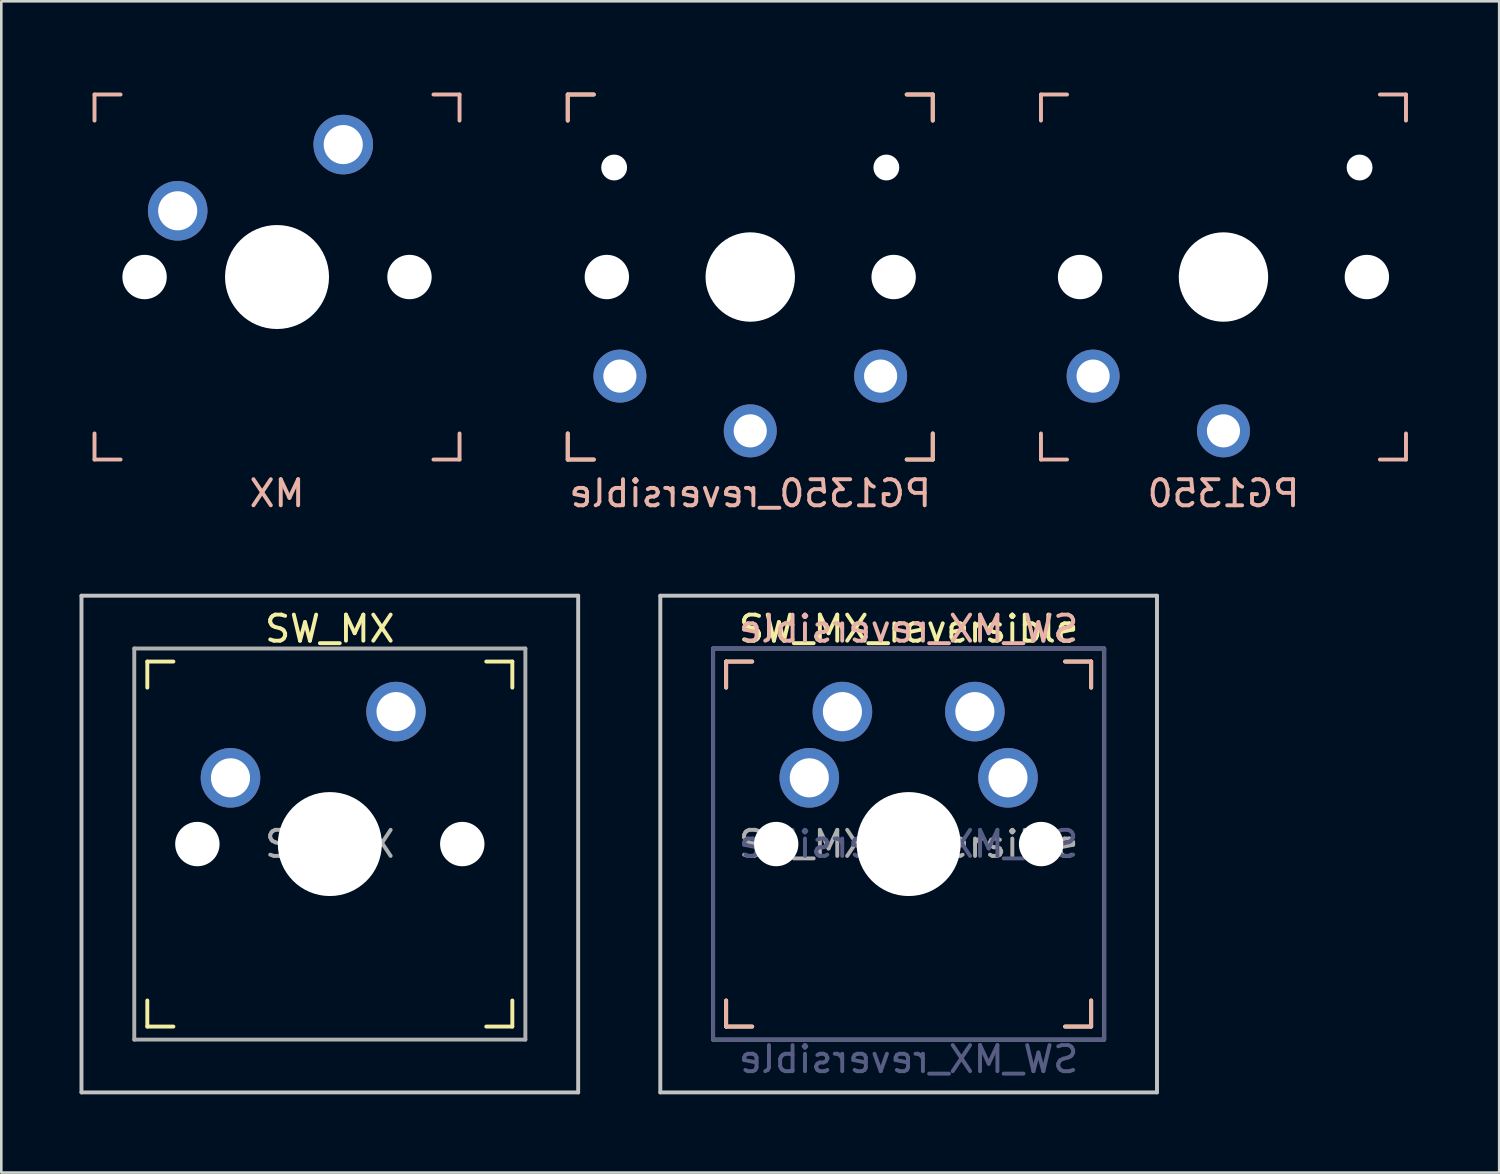
<source format=kicad_pcb>
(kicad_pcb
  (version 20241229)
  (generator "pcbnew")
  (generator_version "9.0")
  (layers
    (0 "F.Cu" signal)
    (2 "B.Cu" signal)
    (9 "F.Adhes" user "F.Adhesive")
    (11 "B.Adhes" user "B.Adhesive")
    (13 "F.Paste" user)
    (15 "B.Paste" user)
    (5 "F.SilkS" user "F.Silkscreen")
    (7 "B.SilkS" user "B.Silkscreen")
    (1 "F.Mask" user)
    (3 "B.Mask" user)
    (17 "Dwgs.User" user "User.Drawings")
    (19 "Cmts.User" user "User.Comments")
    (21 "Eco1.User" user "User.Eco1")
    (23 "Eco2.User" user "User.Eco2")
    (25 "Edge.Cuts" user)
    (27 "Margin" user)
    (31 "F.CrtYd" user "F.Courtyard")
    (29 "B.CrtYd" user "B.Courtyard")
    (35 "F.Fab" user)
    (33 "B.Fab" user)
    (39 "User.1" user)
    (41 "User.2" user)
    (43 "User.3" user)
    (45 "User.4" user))
  (footprint "PG1350"
    (layer "F.Cu")
    (at 43.875 7.575)
    (property "Reference" "PG1350" (at 0 8.3 0) (layer "B.SilkS") (effects (font (size 1 1) (thickness 0.15)) (justify mirror)))
    (attr through_hole)
    (fp_line (start -7 -7) (end -6 -7) (stroke (width 0.15) (type solid)) (layer "B.SilkS"))
    (fp_line (start -7 -6) (end -7 -7) (stroke (width 0.15) (type solid)) (layer "B.SilkS"))
    (fp_line (start -7 7) (end -7 6) (stroke (width 0.15) (type solid)) (layer "B.SilkS"))
    (fp_line (start -6 7) (end -7 7) (stroke (width 0.15) (type solid)) (layer "B.SilkS"))
    (fp_line (start 6 -7) (end 7 -7) (stroke (width 0.15) (type solid)) (layer "B.SilkS"))
    (fp_line (start 7 -7) (end 7 -6) (stroke (width 0.15) (type solid)) (layer "B.SilkS"))
    (fp_line (start 7 6) (end 7 7) (stroke (width 0.15) (type solid)) (layer "B.SilkS"))
    (fp_line (start 7 7) (end 6 7) (stroke (width 0.15) (type solid)) (layer "B.SilkS"))
    (fp_line (start -7.5 -7.5) (end 7.5 -7.5) (stroke (width 0.15) (type solid)) (layer "Eco2.User"))
    (fp_line (start -7.5 7.5) (end -7.5 -7.5) (stroke (width 0.15) (type solid)) (layer "Eco2.User"))
    (fp_line (start -6.9 6.9) (end -6.9 -6.9) (stroke (width 0.15) (type solid)) (layer "Eco2.User"))
    (fp_line (start -6.9 6.9) (end 6.9 6.9) (stroke (width 0.15) (type solid)) (layer "Eco2.User"))
    (fp_line (start -2.6 -3.1) (end -2.6 -6.3) (stroke (width 0.15) (type solid)) (layer "Eco2.User"))
    (fp_line (start -2.6 -3.1) (end 2.6 -3.1) (stroke (width 0.15) (type solid)) (layer "Eco2.User"))
    (fp_line (start 2.6 -6.3) (end -2.6 -6.3) (stroke (width 0.15) (type solid)) (layer "Eco2.User"))
    (fp_line (start 2.6 -3.1) (end 2.6 -6.3) (stroke (width 0.15) (type solid)) (layer "Eco2.User"))
    (fp_line (start 6.9 -6.9) (end -6.9 -6.9) (stroke (width 0.15) (type solid)) (layer "Eco2.User"))
    (fp_line (start 6.9 -6.9) (end 6.9 6.9) (stroke (width 0.15) (type solid)) (layer "Eco2.User"))
    (fp_line (start 7.5 -7.5) (end 7.5 7.5) (stroke (width 0.15) (type solid)) (layer "Eco2.User"))
    (fp_line (start 7.5 7.5) (end -7.5 7.5) (stroke (width 0.15) (type solid)) (layer "Eco2.User"))
    (pad "" np_thru_hole circle (at -5.5 0) (size 1.702 1.702) (drill 1.702) (layers "*.Cu" "*.Mask"))
    (pad "" np_thru_hole circle (at 0 0) (size 3.429 3.429) (drill 3.429) (layers "*.Cu" "*.Mask"))
    (pad "" np_thru_hole circle (at 5.22 -4.2) (size 0.991 0.991) (drill 0.991) (layers "*.Cu" "*.Mask"))
    (pad "" np_thru_hole circle (at 5.5 0) (size 1.702 1.702) (drill 1.702) (layers "*.Cu" "*.Mask"))
    (pad "1" thru_hole circle (at 0 5.9) (size 2.032 2.032) (drill 1.27) (layers "*.Cu" "*.Mask"))
    (pad "2" thru_hole circle (at -5 3.8) (size 2.032 2.032) (drill 1.27) (layers "*.Cu" "*.Mask")))
  (footprint "SW_MX_reversible"
    (layer "F.Cu")
    (at 31.8 29.323)
    (property "Reference" "SW_MX_reversible" (at 0 -8.255 0) (layer "F.SilkS") (effects (font (size 1 1) (thickness 0.15))))
    (property "Value" "SW_MX_reversible" (at 0 8.255 0) (layer "F.Fab") (hide yes) (effects (font (size 1 1) (thickness 0.15))))
    (attr through_hole)
    (fp_line (start -7 -7) (end -6 -7) (stroke (width 0.15) (type solid)) (layer "F.SilkS"))
    (fp_line (start -7 -6) (end -7 -7) (stroke (width 0.15) (type solid)) (layer "F.SilkS"))
    (fp_line (start -7 7) (end -7 6) (stroke (width 0.15) (type solid)) (layer "F.SilkS"))
    (fp_line (start -6 7) (end -7 7) (stroke (width 0.15) (type solid)) (layer "F.SilkS"))
    (fp_line (start 6 -7) (end 7 -7) (stroke (width 0.15) (type solid)) (layer "F.SilkS"))
    (fp_line (start 7 -7) (end 7 -6) (stroke (width 0.15) (type solid)) (layer "F.SilkS"))
    (fp_line (start 7 6) (end 7 7) (stroke (width 0.15) (type solid)) (layer "F.SilkS"))
    (fp_line (start 7 7) (end 6 7) (stroke (width 0.15) (type solid)) (layer "F.SilkS"))
    (fp_line (start -7 -7) (end -6 -7) (stroke (width 0.15) (type solid)) (layer "B.SilkS"))
    (fp_line (start -7 -6) (end -7 -7) (stroke (width 0.15) (type solid)) (layer "B.SilkS"))
    (fp_line (start -7 7) (end -7 6) (stroke (width 0.15) (type solid)) (layer "B.SilkS"))
    (fp_line (start -6 7) (end -7 7) (stroke (width 0.15) (type solid)) (layer "B.SilkS"))
    (fp_line (start 6 -7) (end 7 -7) (stroke (width 0.15) (type solid)) (layer "B.SilkS"))
    (fp_line (start 7 -7) (end 7 -6) (stroke (width 0.15) (type solid)) (layer "B.SilkS"))
    (fp_line (start 7 6) (end 7 7) (stroke (width 0.15) (type solid)) (layer "B.SilkS"))
    (fp_line (start 7 7) (end 6 7) (stroke (width 0.15) (type solid)) (layer "B.SilkS"))
    (fp_line (start -9.525 -9.525) (end 9.525 -9.525) (stroke (width 0.15) (type solid)) (layer "Dwgs.User"))
    (fp_line (start -9.525 9.525) (end -9.525 -9.525) (stroke (width 0.15) (type solid)) (layer "Dwgs.User"))
    (fp_line (start 9.525 -9.525) (end 9.525 9.525) (stroke (width 0.15) (type solid)) (layer "Dwgs.User"))
    (fp_line (start 9.525 9.525) (end -9.525 9.525) (stroke (width 0.15) (type solid)) (layer "Dwgs.User"))
    (fp_line (start -6.9 6.9) (end -6.9 -6.9) (stroke (width 0.15) (type solid)) (layer "Eco2.User"))
    (fp_line (start -6.9 6.9) (end 6.9 6.9) (stroke (width 0.15) (type solid)) (layer "Eco2.User"))
    (fp_line (start 6.9 -6.9) (end -6.9 -6.9) (stroke (width 0.15) (type solid)) (layer "Eco2.User"))
    (fp_line (start 6.9 -6.9) (end 6.9 6.9) (stroke (width 0.15) (type solid)) (layer "Eco2.User"))
    (fp_line (start -7.5 -7.5) (end 7.5 -7.5) (stroke (width 0.15) (type solid)) (layer "B.Fab"))
    (fp_line (start -7.5 7.5) (end -7.5 -7.5) (stroke (width 0.15) (type solid)) (layer "B.Fab"))
    (fp_line (start 7.5 -7.5) (end 7.5 7.5) (stroke (width 0.15) (type solid)) (layer "B.Fab"))
    (fp_line (start 7.5 7.5) (end -7.5 7.5) (stroke (width 0.15) (type solid)) (layer "B.Fab"))
    (fp_line (start -7.5 -7.5) (end 7.5 -7.5) (stroke (width 0.15) (type solid)) (layer "F.Fab"))
    (fp_line (start -7.5 7.5) (end -7.5 -7.5) (stroke (width 0.15) (type solid)) (layer "F.Fab"))
    (fp_line (start 7.5 -7.5) (end 7.5 7.5) (stroke (width 0.15) (type solid)) (layer "F.Fab"))
    (fp_line (start 7.5 7.5) (end -7.5 7.5) (stroke (width 0.15) (type solid)) (layer "F.Fab"))
    (fp_text user "${REFERENCE}" (at 0 -8.255 0) (layer "B.SilkS") (effects (font (size 1 1) (thickness 0.15)) (justify mirror)))
    (fp_text user "${VALUE}" (at 0 8.255 0) (layer "B.Fab") (effects (font (size 1 1) (thickness 0.15)) (justify mirror)))
    (fp_text user "${REFERENCE}" (at 0 0 0) (layer "B.Fab") (effects (font (size 1 1) (thickness 0.15)) (justify mirror)))
    (fp_text user "${REFERENCE}" (at 0 0 0) (layer "F.Fab") (effects (font (size 1 1) (thickness 0.15))))
    (pad "" np_thru_hole circle (at -5.08 0) (size 1.702 1.702) (drill 1.702) (layers "*.Cu" "*.Mask"))
    (pad "" np_thru_hole circle (at 0 0) (size 3.988 3.988) (drill 3.988) (layers "*.Cu" "*.Mask"))
    (pad "" np_thru_hole circle (at 5.08 0) (size 1.702 1.702) (drill 1.702) (layers "*.Cu" "*.Mask"))
    (pad "1" thru_hole circle (at -3.81 -2.54) (size 2.286 2.286) (drill 1.499) (layers "*.Cu" "*.Mask"))
    (pad "1" thru_hole circle (at -2.54 -5.08) (size 2.286 2.286) (drill 1.499) (layers "*.Cu" "*.Mask"))
    (pad "2" thru_hole circle (at 2.54 -5.08) (size 2.286 2.286) (drill 1.499) (layers "*.Cu" "*.Mask"))
    (pad "2" thru_hole circle (at 3.81 -2.54) (size 2.286 2.286) (drill 1.499) (layers "*.Cu" "*.Mask")))
  (footprint "PG1350_reversible"
    (layer "F.Cu")
    (at 25.725 7.575)
    (property "Reference" "PG1350_reversible" (at 0 8.3 0) (layer "B.SilkS") (effects (font (size 1 1) (thickness 0.15)) (justify mirror)))
    (attr through_hole)
    (fp_line (start -7 -7) (end -6 -7) (stroke (width 0.15) (type solid)) (layer "F.SilkS"))
    (fp_line (start -7 -6) (end -7 -7) (stroke (width 0.15) (type solid)) (layer "F.SilkS"))
    (fp_line (start -7 7) (end -7 6) (stroke (width 0.15) (type solid)) (layer "F.SilkS"))
    (fp_line (start -6 7) (end -7 7) (stroke (width 0.15) (type solid)) (layer "F.SilkS"))
    (fp_line (start 6 -7) (end 7 -7) (stroke (width 0.15) (type solid)) (layer "F.SilkS"))
    (fp_line (start 7 -7) (end 7 -6) (stroke (width 0.15) (type solid)) (layer "F.SilkS"))
    (fp_line (start 7 6) (end 7 7) (stroke (width 0.15) (type solid)) (layer "F.SilkS"))
    (fp_line (start 7 7) (end 6 7) (stroke (width 0.15) (type solid)) (layer "F.SilkS"))
    (fp_line (start -7 -7) (end -6 -7) (stroke (width 0.15) (type solid)) (layer "B.SilkS"))
    (fp_line (start -7 -6) (end -7 -7) (stroke (width 0.15) (type solid)) (layer "B.SilkS"))
    (fp_line (start -7 7) (end -7 6) (stroke (width 0.15) (type solid)) (layer "B.SilkS"))
    (fp_line (start -6 7) (end -7 7) (stroke (width 0.15) (type solid)) (layer "B.SilkS"))
    (fp_line (start 6 -7) (end 7 -7) (stroke (width 0.15) (type solid)) (layer "B.SilkS"))
    (fp_line (start 7 -7) (end 7 -6) (stroke (width 0.15) (type solid)) (layer "B.SilkS"))
    (fp_line (start 7 6) (end 7 7) (stroke (width 0.15) (type solid)) (layer "B.SilkS"))
    (fp_line (start 7 7) (end 6 7) (stroke (width 0.15) (type solid)) (layer "B.SilkS"))
    (fp_line (start -7.5 -7.5) (end 7.5 -7.5) (stroke (width 0.15) (type solid)) (layer "Eco2.User"))
    (fp_line (start -7.5 7.5) (end -7.5 -7.5) (stroke (width 0.15) (type solid)) (layer "Eco2.User"))
    (fp_line (start -6.9 6.9) (end -6.9 -6.9) (stroke (width 0.15) (type solid)) (layer "Eco2.User"))
    (fp_line (start -6.9 6.9) (end 6.9 6.9) (stroke (width 0.15) (type solid)) (layer "Eco2.User"))
    (fp_line (start -2.6 -3.1) (end -2.6 -6.3) (stroke (width 0.15) (type solid)) (layer "Eco2.User"))
    (fp_line (start -2.6 -3.1) (end 2.6 -3.1) (stroke (width 0.15) (type solid)) (layer "Eco2.User"))
    (fp_line (start 2.6 -6.3) (end -2.6 -6.3) (stroke (width 0.15) (type solid)) (layer "Eco2.User"))
    (fp_line (start 2.6 -3.1) (end 2.6 -6.3) (stroke (width 0.15) (type solid)) (layer "Eco2.User"))
    (fp_line (start 6.9 -6.9) (end -6.9 -6.9) (stroke (width 0.15) (type solid)) (layer "Eco2.User"))
    (fp_line (start 6.9 -6.9) (end 6.9 6.9) (stroke (width 0.15) (type solid)) (layer "Eco2.User"))
    (fp_line (start 7.5 -7.5) (end 7.5 7.5) (stroke (width 0.15) (type solid)) (layer "Eco2.User"))
    (fp_line (start 7.5 7.5) (end -7.5 7.5) (stroke (width 0.15) (type solid)) (layer "Eco2.User"))
    (pad "" np_thru_hole circle (at -5.5 0) (size 1.702 1.702) (drill 1.702) (layers "*.Cu" "*.Mask"))
    (pad "" np_thru_hole circle (at -5.22 -4.2) (size 0.991 0.991) (drill 0.991) (layers "*.Cu" "*.Mask"))
    (pad "" np_thru_hole circle (at 0 0) (size 3.429 3.429) (drill 3.429) (layers "*.Cu" "*.Mask"))
    (pad "" np_thru_hole circle (at 5.22 -4.2) (size 0.991 0.991) (drill 0.991) (layers "*.Cu" "*.Mask"))
    (pad "" np_thru_hole circle (at 5.5 0) (size 1.702 1.702) (drill 1.702) (layers "*.Cu" "*.Mask"))
    (pad "1" thru_hole circle (at 0 5.9) (size 2.032 2.032) (drill 1.27) (layers "*.Cu" "*.Mask"))
    (pad "2" thru_hole circle (at -5 3.8) (size 2.032 2.032) (drill 1.27) (layers "*.Cu" "*.Mask"))
    (pad "2" thru_hole circle (at 5 3.8) (size 2.032 2.032) (drill 1.27) (layers "*.Cu" "*.Mask")))
  (footprint "SW_MX"
    (layer "F.Cu")
    (at 9.6 29.323)
    (property "Reference" "SW_MX" (at 0 -8.255 0) (layer "F.SilkS") (effects (font (size 1 1) (thickness 0.15))))
    (attr through_hole)
    (fp_line (start -7 -6) (end -7 -7) (stroke (width 0.15) (type solid)) (layer "F.SilkS"))
    (fp_line (start -7 7) (end -7 6) (stroke (width 0.15) (type solid)) (layer "F.SilkS"))
    (fp_line (start -7 7) (end -6 7) (stroke (width 0.15) (type solid)) (layer "F.SilkS"))
    (fp_line (start -6 -7) (end -7 -7) (stroke (width 0.15) (type solid)) (layer "F.SilkS"))
    (fp_line (start 6 7) (end 7 7) (stroke (width 0.15) (type solid)) (layer "F.SilkS"))
    (fp_line (start 7 -7) (end 6 -7) (stroke (width 0.15) (type solid)) (layer "F.SilkS"))
    (fp_line (start 7 -7) (end 7 -6) (stroke (width 0.15) (type solid)) (layer "F.SilkS"))
    (fp_line (start 7 6) (end 7 7) (stroke (width 0.15) (type solid)) (layer "F.SilkS"))
    (fp_line (start -9.525 -9.525) (end 9.525 -9.525) (stroke (width 0.15) (type solid)) (layer "Dwgs.User"))
    (fp_line (start -9.525 9.525) (end -9.525 -9.525) (stroke (width 0.15) (type solid)) (layer "Dwgs.User"))
    (fp_line (start 9.525 -9.525) (end 9.525 9.525) (stroke (width 0.15) (type solid)) (layer "Dwgs.User"))
    (fp_line (start 9.525 9.525) (end -9.525 9.525) (stroke (width 0.15) (type solid)) (layer "Dwgs.User"))
    (fp_line (start -6.9 6.9) (end -6.9 -6.9) (stroke (width 0.15) (type solid)) (layer "Eco2.User"))
    (fp_line (start -6.9 6.9) (end 6.9 6.9) (stroke (width 0.15) (type solid)) (layer "Eco2.User"))
    (fp_line (start 6.9 -6.9) (end -6.9 -6.9) (stroke (width 0.15) (type solid)) (layer "Eco2.User"))
    (fp_line (start 6.9 -6.9) (end 6.9 6.9) (stroke (width 0.15) (type solid)) (layer "Eco2.User"))
    (fp_line (start -7.5 -7.5) (end 7.5 -7.5) (stroke (width 0.15) (type solid)) (layer "F.Fab"))
    (fp_line (start -7.5 7.5) (end -7.5 -7.5) (stroke (width 0.15) (type solid)) (layer "F.Fab"))
    (fp_line (start 7.5 -7.5) (end 7.5 7.5) (stroke (width 0.15) (type solid)) (layer "F.Fab"))
    (fp_line (start 7.5 7.5) (end -7.5 7.5) (stroke (width 0.15) (type solid)) (layer "F.Fab"))
    (fp_text user "${REFERENCE}" (at 0 0 0) (layer "F.Fab") (effects (font (size 1 1) (thickness 0.15))))
    (pad "" np_thru_hole circle (at -5.08 0) (size 1.702 1.702) (drill 1.702) (layers "*.Cu" "*.Mask"))
    (pad "" np_thru_hole circle (at 0 0) (size 3.988 3.988) (drill 3.988) (layers "*.Cu" "*.Mask"))
    (pad "" np_thru_hole circle (at 5.08 0) (size 1.702 1.702) (drill 1.702) (layers "*.Cu" "*.Mask"))
    (pad "1" thru_hole circle (at 2.54 -5.08) (size 2.286 2.286) (drill 1.499) (layers "*.Cu" "*.Mask"))
    (pad "2" thru_hole circle (at -3.81 -2.54) (size 2.286 2.286) (drill 1.499) (layers "*.Cu" "*.Mask")))
  (footprint "MX"
    (layer "F.Cu")
    (at 7.575 7.575)
    (property "Reference" "MX" (at 0 8.3 0) (layer "B.SilkS") (effects (font (size 1 1) (thickness 0.15)) (justify mirror)))
    (attr through_hole)
    (fp_line (start -7 -7) (end -6 -7) (stroke (width 0.15) (type solid)) (layer "B.SilkS"))
    (fp_line (start -7 -6) (end -7 -7) (stroke (width 0.15) (type solid)) (layer "B.SilkS"))
    (fp_line (start -7 7) (end -7 6) (stroke (width 0.15) (type solid)) (layer "B.SilkS"))
    (fp_line (start -6 7) (end -7 7) (stroke (width 0.15) (type solid)) (layer "B.SilkS"))
    (fp_line (start 6 -7) (end 7 -7) (stroke (width 0.15) (type solid)) (layer "B.SilkS"))
    (fp_line (start 7 -7) (end 7 -6) (stroke (width 0.15) (type solid)) (layer "B.SilkS"))
    (fp_line (start 7 6) (end 7 7) (stroke (width 0.15) (type solid)) (layer "B.SilkS"))
    (fp_line (start 7 7) (end 6 7) (stroke (width 0.15) (type solid)) (layer "B.SilkS"))
    (fp_line (start -7.5 -7.5) (end 7.5 -7.5) (stroke (width 0.15) (type solid)) (layer "Eco2.User"))
    (fp_line (start -7.5 7.5) (end -7.5 -7.5) (stroke (width 0.15) (type solid)) (layer "Eco2.User"))
    (fp_line (start -6.9 6.9) (end -6.9 -6.9) (stroke (width 0.15) (type solid)) (layer "Eco2.User"))
    (fp_line (start -6.9 6.9) (end 6.9 6.9) (stroke (width 0.15) (type solid)) (layer "Eco2.User"))
    (fp_line (start 6.9 -6.9) (end -6.9 -6.9) (stroke (width 0.15) (type solid)) (layer "Eco2.User"))
    (fp_line (start 6.9 -6.9) (end 6.9 6.9) (stroke (width 0.15) (type solid)) (layer "Eco2.User"))
    (fp_line (start 7.5 -7.5) (end 7.5 7.5) (stroke (width 0.15) (type solid)) (layer "Eco2.User"))
    (fp_line (start 7.5 7.5) (end -7.5 7.5) (stroke (width 0.15) (type solid)) (layer "Eco2.User"))
    (pad "" np_thru_hole circle (at -5.08 0) (size 1.702 1.702) (drill 1.702) (layers "*.Cu" "*.Mask"))
    (pad "" np_thru_hole circle (at 0 0) (size 3.988 3.988) (drill 3.988) (layers "*.Cu" "*.Mask"))
    (pad "" np_thru_hole circle (at 5.08 0) (size 1.702 1.702) (drill 1.702) (layers "*.Cu" "*.Mask"))
    (pad "1" thru_hole circle (at 2.54 -5.08) (size 2.286 2.286) (drill 1.499) (layers "*.Cu" "*.Mask"))
    (pad "2" thru_hole circle (at -3.81 -2.54) (size 2.286 2.286) (drill 1.499) (layers "*.Cu" "*.Mask")))
  (gr_rect
    (start -3 -3)
    (end 54.45 41.923)
    (stroke (width 0.1) (type default))
    (fill no)
    (layer "Edge.Cuts")))
</source>
